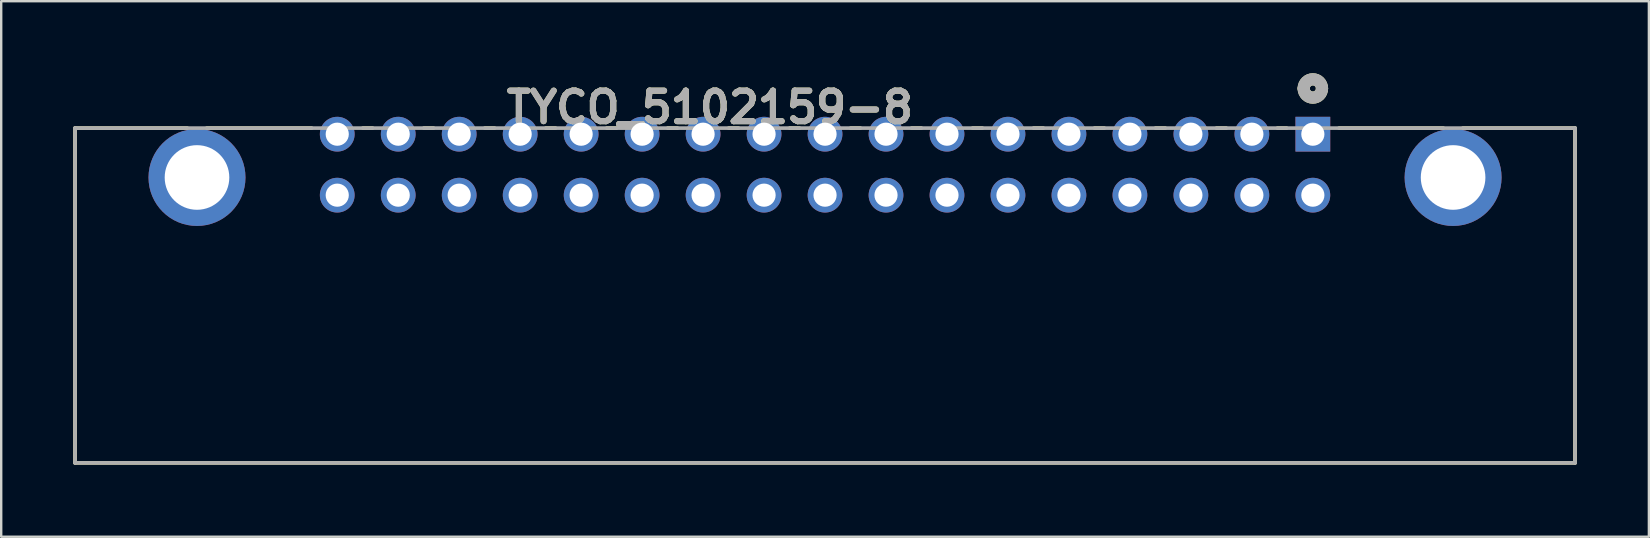
<source format=kicad_pcb>
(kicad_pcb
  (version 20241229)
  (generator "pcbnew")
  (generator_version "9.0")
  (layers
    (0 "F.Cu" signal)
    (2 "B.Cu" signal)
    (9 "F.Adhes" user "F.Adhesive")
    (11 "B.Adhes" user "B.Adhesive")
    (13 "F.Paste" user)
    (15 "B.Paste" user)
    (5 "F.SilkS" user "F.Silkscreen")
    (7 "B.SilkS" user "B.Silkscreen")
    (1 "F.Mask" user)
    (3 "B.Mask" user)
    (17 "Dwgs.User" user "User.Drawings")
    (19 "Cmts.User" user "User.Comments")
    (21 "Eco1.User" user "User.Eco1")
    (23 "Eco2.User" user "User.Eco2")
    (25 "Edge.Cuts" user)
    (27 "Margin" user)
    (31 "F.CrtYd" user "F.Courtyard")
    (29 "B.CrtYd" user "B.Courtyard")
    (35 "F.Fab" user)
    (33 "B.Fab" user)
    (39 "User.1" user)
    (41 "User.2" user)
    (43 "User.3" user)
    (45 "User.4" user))
  (footprint "TYCO_5102159-8"
    (layer "F.Cu")
    (at 10.998 5.08)
    (property "Reference" "TYCO_5102159-8" (at 15.519 -3.658 0) (layer "F.SilkS") (effects (font (size 1.27 1.27) (thickness 0.254))))
    (attr through_hole)
    (fp_line (start -10.922 -2.794) (end -10.922 11.151) (stroke (width 0.152) (type solid)) (layer "F.SilkS"))
    (fp_line (start -10.922 11.151) (end 51.562 11.151) (stroke (width 0.152) (type solid)) (layer "F.SilkS"))
    (fp_line (start -6.248 -2.794) (end -10.922 -2.794) (stroke (width 0.152) (type solid)) (layer "F.SilkS"))
    (fp_line (start -1.067 -2.794) (end -5.436 -2.794) (stroke (width 0.152) (type solid)) (layer "F.SilkS"))
    (fp_line (start 1.473 -2.794) (end 1.067 -2.794) (stroke (width 0.152) (type solid)) (layer "F.SilkS"))
    (fp_line (start 4.013 -2.794) (end 3.607 -2.794) (stroke (width 0.152) (type solid)) (layer "F.SilkS"))
    (fp_line (start 6.553 -2.794) (end 6.147 -2.794) (stroke (width 0.152) (type solid)) (layer "F.SilkS"))
    (fp_line (start 9.093 -2.794) (end 8.687 -2.794) (stroke (width 0.152) (type solid)) (layer "F.SilkS"))
    (fp_line (start 11.633 -2.794) (end 11.227 -2.794) (stroke (width 0.152) (type solid)) (layer "F.SilkS"))
    (fp_line (start 14.173 -2.794) (end 13.767 -2.794) (stroke (width 0.152) (type solid)) (layer "F.SilkS"))
    (fp_line (start 16.713 -2.794) (end 16.307 -2.794) (stroke (width 0.152) (type solid)) (layer "F.SilkS"))
    (fp_line (start 19.253 -2.794) (end 18.847 -2.794) (stroke (width 0.152) (type solid)) (layer "F.SilkS"))
    (fp_line (start 21.793 -2.794) (end 21.387 -2.794) (stroke (width 0.152) (type solid)) (layer "F.SilkS"))
    (fp_line (start 24.333 -2.794) (end 23.927 -2.794) (stroke (width 0.152) (type solid)) (layer "F.SilkS"))
    (fp_line (start 26.873 -2.794) (end 26.467 -2.794) (stroke (width 0.152) (type solid)) (layer "F.SilkS"))
    (fp_line (start 29.413 -2.794) (end 29.007 -2.794) (stroke (width 0.152) (type solid)) (layer "F.SilkS"))
    (fp_line (start 31.953 -2.794) (end 31.547 -2.794) (stroke (width 0.152) (type solid)) (layer "F.SilkS"))
    (fp_line (start 34.493 -2.794) (end 34.087 -2.794) (stroke (width 0.152) (type solid)) (layer "F.SilkS"))
    (fp_line (start 37.033 -2.794) (end 36.627 -2.794) (stroke (width 0.152) (type solid)) (layer "F.SilkS"))
    (fp_line (start 39.548 -2.794) (end 39.167 -2.794) (stroke (width 0.152) (type solid)) (layer "F.SilkS"))
    (fp_line (start 46.076 -2.794) (end 41.732 -2.794) (stroke (width 0.152) (type solid)) (layer "F.SilkS"))
    (fp_line (start 51.562 -2.794) (end 46.888 -2.794) (stroke (width 0.152) (type solid)) (layer "F.SilkS"))
    (fp_line (start 51.562 11.151) (end 51.562 -2.794) (stroke (width 0.152) (type solid)) (layer "F.SilkS"))
    (fp_arc (start 40.259 -4.445) (mid 40.64 -4.826) (end 41.021 -4.445) (stroke (width 0.508) (type solid)) (layer "F.SilkS"))
    (fp_arc (start 41.021 -4.445) (mid 40.64 -4.064) (end 40.259 -4.445) (stroke (width 0.508) (type solid)) (layer "F.SilkS"))
    (fp_line (start -10.922 -2.794) (end -10.922 11.151) (stroke (width 0.152) (type solid)) (layer "F.Fab"))
    (fp_line (start -10.922 11.151) (end 51.562 11.151) (stroke (width 0.152) (type solid)) (layer "F.Fab"))
    (fp_line (start 51.562 -2.794) (end -10.922 -2.794) (stroke (width 0.152) (type solid)) (layer "F.Fab"))
    (fp_line (start 51.562 11.151) (end 51.562 -2.794) (stroke (width 0.152) (type solid)) (layer "F.Fab"))
    (fp_arc (start 40.259 -4.445) (mid 40.64 -4.826) (end 41.021 -4.445) (stroke (width 0.508) (type solid)) (layer "F.Fab"))
    (fp_arc (start 41.021 -4.445) (mid 40.64 -4.064) (end 40.259 -4.445) (stroke (width 0.508) (type solid)) (layer "F.Fab"))
    (fp_text user "${REFERENCE}" (at 15.519 -3.658 0) (layer "F.Fab") (effects (font (size 1.27 1.27) (thickness 0.254))))
    (pad "1" thru_hole rect (at 40.64 -2.54) (size 1.448 1.448) (drill 0.965) (layers "*.Cu" "*.Mask"))
    (pad "2" thru_hole circle (at 40.64 0) (size 1.448 1.448) (drill 0.965) (layers "*.Cu" "*.Mask"))
    (pad "3" thru_hole circle (at 38.1 -2.54) (size 1.448 1.448) (drill 0.965) (layers "*.Cu" "*.Mask"))
    (pad "4" thru_hole circle (at 38.1 0) (size 1.448 1.448) (drill 0.965) (layers "*.Cu" "*.Mask"))
    (pad "5" thru_hole circle (at 35.56 -2.54) (size 1.448 1.448) (drill 0.965) (layers "*.Cu" "*.Mask"))
    (pad "6" thru_hole circle (at 35.56 0) (size 1.448 1.448) (drill 0.965) (layers "*.Cu" "*.Mask"))
    (pad "7" thru_hole circle (at 33.02 -2.54) (size 1.448 1.448) (drill 0.965) (layers "*.Cu" "*.Mask"))
    (pad "8" thru_hole circle (at 33.02 0) (size 1.448 1.448) (drill 0.965) (layers "*.Cu" "*.Mask"))
    (pad "9" thru_hole circle (at 30.48 -2.54) (size 1.448 1.448) (drill 0.965) (layers "*.Cu" "*.Mask"))
    (pad "10" thru_hole circle (at 30.48 0) (size 1.448 1.448) (drill 0.965) (layers "*.Cu" "*.Mask"))
    (pad "11" thru_hole circle (at 27.94 -2.54) (size 1.448 1.448) (drill 0.965) (layers "*.Cu" "*.Mask"))
    (pad "12" thru_hole circle (at 27.94 0) (size 1.448 1.448) (drill 0.965) (layers "*.Cu" "*.Mask"))
    (pad "13" thru_hole circle (at 25.4 -2.54) (size 1.448 1.448) (drill 0.965) (layers "*.Cu" "*.Mask"))
    (pad "14" thru_hole circle (at 25.4 0) (size 1.448 1.448) (drill 0.965) (layers "*.Cu" "*.Mask"))
    (pad "15" thru_hole circle (at 22.86 -2.54) (size 1.448 1.448) (drill 0.965) (layers "*.Cu" "*.Mask"))
    (pad "16" thru_hole circle (at 22.86 0) (size 1.448 1.448) (drill 0.965) (layers "*.Cu" "*.Mask"))
    (pad "17" thru_hole circle (at 20.32 -2.54) (size 1.448 1.448) (drill 0.965) (layers "*.Cu" "*.Mask"))
    (pad "18" thru_hole circle (at 20.32 0) (size 1.448 1.448) (drill 0.965) (layers "*.Cu" "*.Mask"))
    (pad "19" thru_hole circle (at 17.78 -2.54) (size 1.448 1.448) (drill 0.965) (layers "*.Cu" "*.Mask"))
    (pad "20" thru_hole circle (at 17.78 0) (size 1.448 1.448) (drill 0.965) (layers "*.Cu" "*.Mask"))
    (pad "21" thru_hole circle (at 15.24 -2.54) (size 1.448 1.448) (drill 0.965) (layers "*.Cu" "*.Mask"))
    (pad "22" thru_hole circle (at 15.24 0) (size 1.448 1.448) (drill 0.965) (layers "*.Cu" "*.Mask"))
    (pad "23" thru_hole circle (at 12.7 -2.54) (size 1.448 1.448) (drill 0.965) (layers "*.Cu" "*.Mask"))
    (pad "24" thru_hole circle (at 12.7 0) (size 1.448 1.448) (drill 0.965) (layers "*.Cu" "*.Mask"))
    (pad "25" thru_hole circle (at 10.16 -2.54) (size 1.448 1.448) (drill 0.965) (layers "*.Cu" "*.Mask"))
    (pad "26" thru_hole circle (at 10.16 0) (size 1.448 1.448) (drill 0.965) (layers "*.Cu" "*.Mask"))
    (pad "27" thru_hole circle (at 7.62 -2.54) (size 1.448 1.448) (drill 0.965) (layers "*.Cu" "*.Mask"))
    (pad "28" thru_hole circle (at 7.62 0) (size 1.448 1.448) (drill 0.965) (layers "*.Cu" "*.Mask"))
    (pad "29" thru_hole circle (at 5.08 -2.54) (size 1.448 1.448) (drill 0.965) (layers "*.Cu" "*.Mask"))
    (pad "30" thru_hole circle (at 5.08 0) (size 1.448 1.448) (drill 0.965) (layers "*.Cu" "*.Mask"))
    (pad "31" thru_hole circle (at 2.54 -2.54) (size 1.448 1.448) (drill 0.965) (layers "*.Cu" "*.Mask"))
    (pad "32" thru_hole circle (at 2.54 0) (size 1.448 1.448) (drill 0.965) (layers "*.Cu" "*.Mask"))
    (pad "33" thru_hole circle (at 0 -2.54) (size 1.448 1.448) (drill 0.965) (layers "*.Cu" "*.Mask"))
    (pad "34" thru_hole circle (at 0 0) (size 1.448 1.448) (drill 0.965) (layers "*.Cu" "*.Mask"))
    (pad "35" thru_hole circle (at -5.842 -0.737) (size 4.039 4.039) (drill 2.692) (layers "*.Cu" "*.Mask"))
    (pad "36" thru_hole circle (at 46.482 -0.737) (size 4.039 4.039) (drill 2.692) (layers "*.Cu" "*.Mask")))
  (gr_rect
    (start -3 -3)
    (end 65.636 19.307)
    (stroke (width 0.1) (type default))
    (fill no)
    (layer "Edge.Cuts")))
</source>
